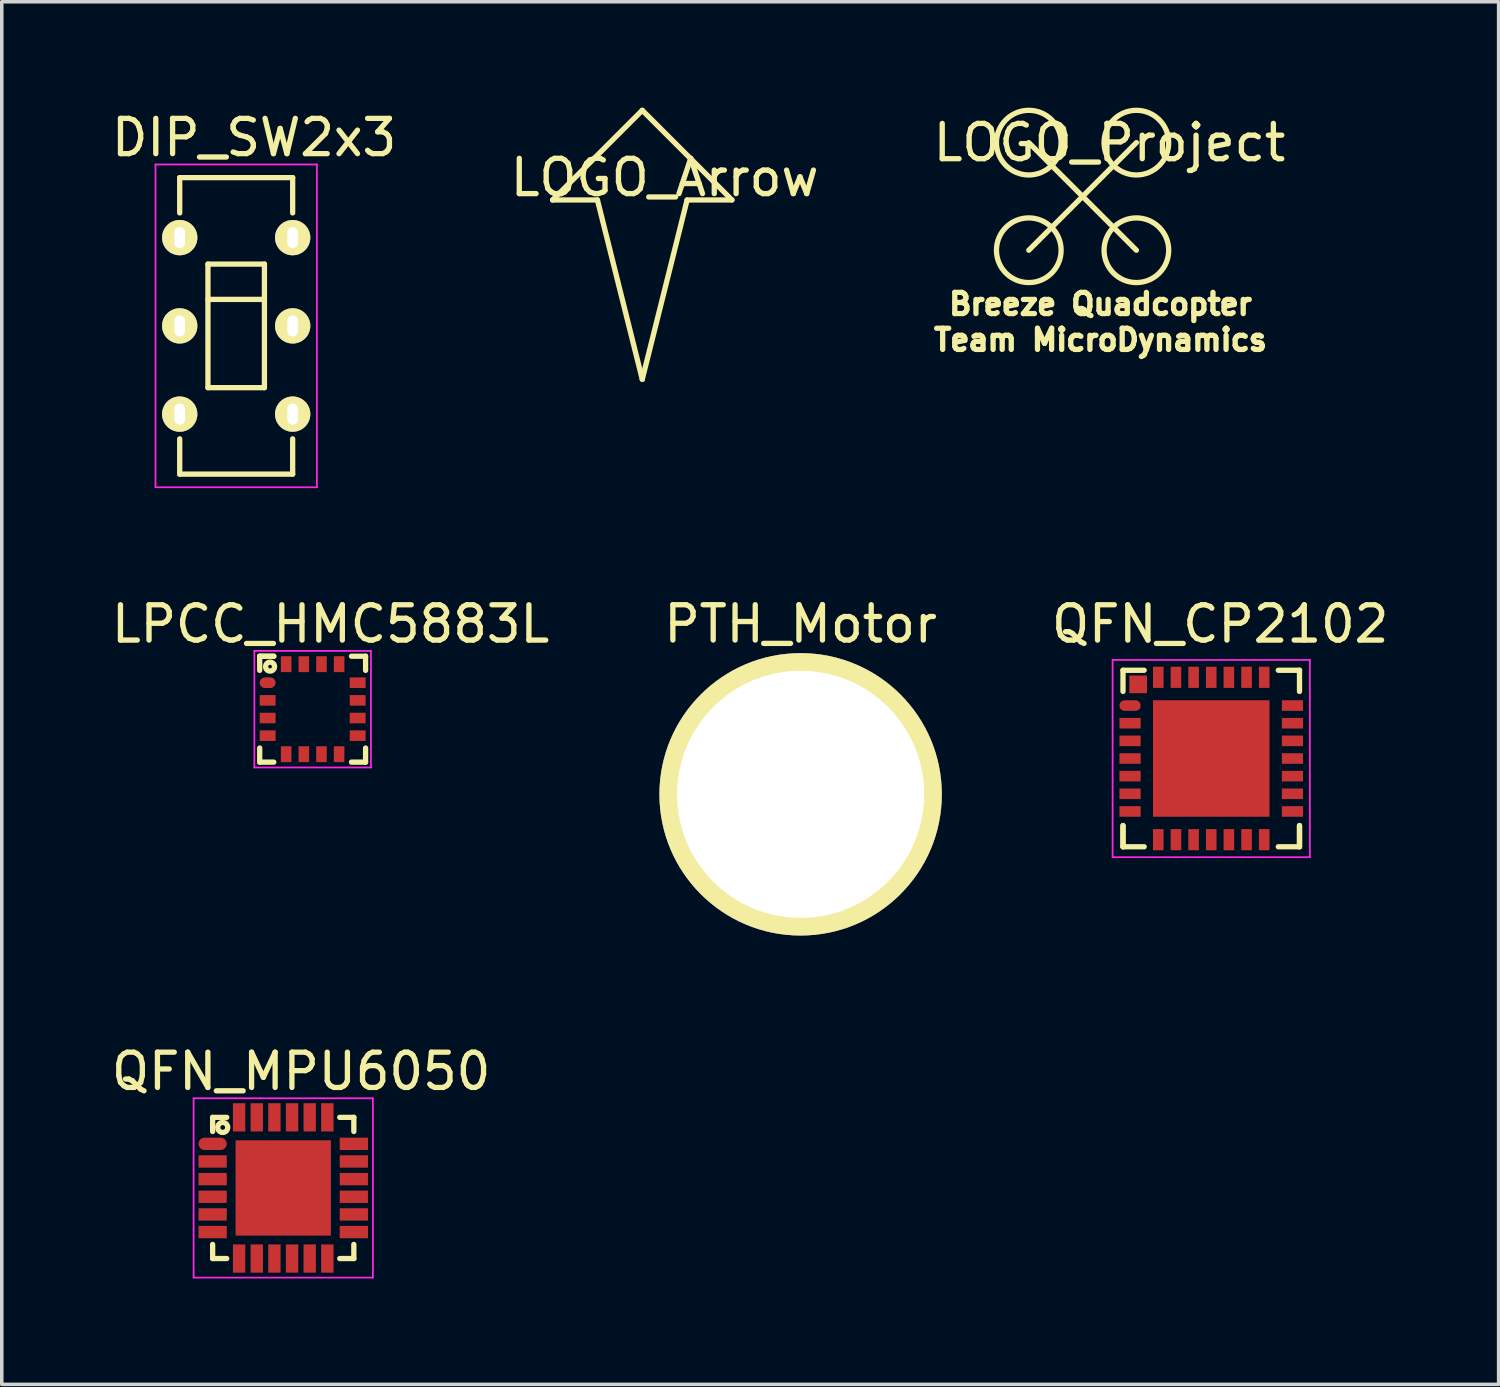
<source format=kicad_pcb>
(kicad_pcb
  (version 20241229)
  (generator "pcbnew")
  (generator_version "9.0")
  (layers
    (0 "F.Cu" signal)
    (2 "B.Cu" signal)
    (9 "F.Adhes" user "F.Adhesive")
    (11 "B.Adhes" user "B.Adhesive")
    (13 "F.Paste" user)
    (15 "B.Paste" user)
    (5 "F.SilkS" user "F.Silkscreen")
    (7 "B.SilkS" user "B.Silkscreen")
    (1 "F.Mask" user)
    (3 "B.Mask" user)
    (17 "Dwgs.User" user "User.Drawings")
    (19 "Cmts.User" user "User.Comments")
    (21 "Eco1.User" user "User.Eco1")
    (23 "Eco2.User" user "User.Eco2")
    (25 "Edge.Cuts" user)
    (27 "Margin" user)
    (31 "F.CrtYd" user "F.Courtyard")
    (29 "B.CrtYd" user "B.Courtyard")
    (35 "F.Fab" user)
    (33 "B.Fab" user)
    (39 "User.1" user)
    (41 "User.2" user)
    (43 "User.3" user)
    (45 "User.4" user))
  (footprint "DIP_SW2x3"
    (layer "F.Cu")
    (at 3.641 6.182)
    (property "Reference" "DIP_SW2x3" (at 0.508 -5.334 0) (layer "F.SilkS") (effects (font (size 1 1) (thickness 0.15))))
    (attr through_hole)
    (fp_line (start -1.6 -4.2) (end -1.6 -3.2) (stroke (width 0.15) (type solid)) (layer "F.SilkS"))
    (fp_line (start -1.6 -4.2) (end 1.6 -4.2) (stroke (width 0.15) (type solid)) (layer "F.SilkS"))
    (fp_line (start -1.6 4.2) (end -1.6 3.2) (stroke (width 0.15) (type solid)) (layer "F.SilkS"))
    (fp_line (start -1.6 4.2) (end 1.6 4.2) (stroke (width 0.15) (type solid)) (layer "F.SilkS"))
    (fp_line (start -0.8 -1.75) (end -0.8 1.75) (stroke (width 0.15) (type solid)) (layer "F.SilkS"))
    (fp_line (start -0.8 -0.75) (end 0.8 -0.75) (stroke (width 0.15) (type solid)) (layer "F.SilkS"))
    (fp_line (start -0.8 1.75) (end 0.8 1.75) (stroke (width 0.15) (type solid)) (layer "F.SilkS"))
    (fp_line (start 0.8 -1.75) (end -0.8 -1.75) (stroke (width 0.15) (type solid)) (layer "F.SilkS"))
    (fp_line (start 0.8 1.75) (end 0.8 -1.75) (stroke (width 0.15) (type solid)) (layer "F.SilkS"))
    (fp_line (start 1.6 -4.2) (end 1.6 -3.2) (stroke (width 0.15) (type solid)) (layer "F.SilkS"))
    (fp_line (start 1.6 4.2) (end 1.6 3.2) (stroke (width 0.15) (type solid)) (layer "F.SilkS"))
    (fp_line (start -2.286 -4.572) (end -2.286 4.572) (stroke (width 0.05) (type solid)) (layer "F.CrtYd"))
    (fp_line (start -2.286 4.572) (end 2.286 4.572) (stroke (width 0.05) (type solid)) (layer "F.CrtYd"))
    (fp_line (start 2.286 -4.572) (end -2.286 -4.572) (stroke (width 0.05) (type solid)) (layer "F.CrtYd"))
    (fp_line (start 2.286 4.572) (end 2.286 -4.572) (stroke (width 0.05) (type solid)) (layer "F.CrtYd"))
    (pad "1" thru_hole circle (at -1.6 -2.5) (size 1 1) (drill oval 0.3 0.6) (layers "*.Cu" "*.Mask" "F.SilkS"))
    (pad "2" thru_hole circle (at -1.6 0) (size 1 1) (drill oval 0.3 0.6) (layers "*.Cu" "*.Mask" "F.SilkS"))
    (pad "3" thru_hole circle (at -1.6 2.5) (size 1 1) (drill oval 0.3 0.6) (layers "*.Cu" "*.Mask" "F.SilkS"))
    (pad "4" thru_hole circle (at 1.6 2.5) (size 1 1) (drill oval 0.3 0.6) (layers "*.Cu" "*.Mask" "F.SilkS"))
    (pad "5" thru_hole circle (at 1.6 0) (size 1 1) (drill oval 0.3 0.6) (layers "*.Cu" "*.Mask" "F.SilkS"))
    (pad "6" thru_hole circle (at 1.6 -2.5) (size 1 1) (drill oval 0.3 0.6) (layers "*.Cu" "*.Mask" "F.SilkS")))
  (footprint "LPCC_HMC5883L"
    (layer "F.Cu")
    (at 5.807 17.041)
    (property "Reference" "LPCC_HMC5883L" (at 0.508 -2.413 0) (layer "F.SilkS") (effects (font (size 1 1) (thickness 0.15))))
    (attr through_hole)
    (fp_line (start -1.5 -1.5) (end -1.5 -1.1) (stroke (width 0.15) (type solid)) (layer "F.SilkS"))
    (fp_line (start -1.5 -1.5) (end -1.1 -1.5) (stroke (width 0.15) (type solid)) (layer "F.SilkS"))
    (fp_line (start -1.5 1.1) (end -1.5 1.5) (stroke (width 0.15) (type solid)) (layer "F.SilkS"))
    (fp_line (start -1.5 1.5) (end -1.1 1.5) (stroke (width 0.15) (type solid)) (layer "F.SilkS"))
    (fp_line (start -1.1 -1.5) (end -1.5 -1.5) (stroke (width 0.15) (type solid)) (layer "F.SilkS"))
    (fp_line (start 1.5 -1.5) (end 1.1 -1.5) (stroke (width 0.15) (type solid)) (layer "F.SilkS"))
    (fp_line (start 1.5 -1.1) (end 1.5 -1.5) (stroke (width 0.15) (type solid)) (layer "F.SilkS"))
    (fp_line (start 1.5 1.5) (end 1.1 1.5) (stroke (width 0.15) (type solid)) (layer "F.SilkS"))
    (fp_line (start 1.5 1.5) (end 1.5 1.1) (stroke (width 0.15) (type solid)) (layer "F.SilkS"))
    (fp_circle (center -1.206 -1.206) (end -1.206 -1.079) (stroke (width 0.15) (type solid)) (fill no) (layer "F.SilkS"))
    (fp_line (start -1.651 -1.651) (end -1.651 1.651) (stroke (width 0.05) (type solid)) (layer "F.CrtYd"))
    (fp_line (start -1.651 1.651) (end 1.651 1.651) (stroke (width 0.05) (type solid)) (layer "F.CrtYd"))
    (fp_line (start 1.651 -1.651) (end -1.651 -1.651) (stroke (width 0.05) (type solid)) (layer "F.CrtYd"))
    (fp_line (start 1.651 1.651) (end 1.651 -1.651) (stroke (width 0.05) (type solid)) (layer "F.CrtYd"))
    (pad "1" smd oval (at -1.275 -0.75) (size 0.45 0.3) (layers "F.Cu" "F.Mask" "F.Paste"))
    (pad "2" smd rect (at -1.275 -0.25) (size 0.45 0.3) (layers "F.Cu" "F.Mask" "F.Paste"))
    (pad "3" smd rect (at -1.275 0.25) (size 0.45 0.3) (layers "F.Cu" "F.Mask" "F.Paste"))
    (pad "4" smd rect (at -1.275 0.75) (size 0.45 0.3) (layers "F.Cu" "F.Mask" "F.Paste"))
    (pad "5" smd rect (at -0.75 1.275) (size 0.3 0.45) (layers "F.Cu" "F.Mask" "F.Paste"))
    (pad "6" smd rect (at -0.25 1.275) (size 0.3 0.45) (layers "F.Cu" "F.Mask" "F.Paste"))
    (pad "7" smd rect (at 0.25 1.275) (size 0.3 0.45) (layers "F.Cu" "F.Mask" "F.Paste"))
    (pad "8" smd rect (at 0.75 1.275) (size 0.3 0.45) (layers "F.Cu" "F.Mask" "F.Paste"))
    (pad "9" smd rect (at 1.275 0.75) (size 0.45 0.3) (layers "F.Cu" "F.Mask" "F.Paste"))
    (pad "10" smd rect (at 1.275 0.25) (size 0.45 0.3) (layers "F.Cu" "F.Mask" "F.Paste"))
    (pad "11" smd rect (at 1.275 -0.25) (size 0.45 0.3) (layers "F.Cu" "F.Mask" "F.Paste"))
    (pad "12" smd rect (at 1.275 -0.75) (size 0.45 0.3) (layers "F.Cu" "F.Mask" "F.Paste"))
    (pad "13" smd rect (at 0.75 -1.275) (size 0.3 0.45) (layers "F.Cu" "F.Mask" "F.Paste"))
    (pad "14" smd rect (at 0.25 -1.275) (size 0.3 0.45) (layers "F.Cu" "F.Mask" "F.Paste"))
    (pad "15" smd rect (at -0.25 -1.275) (size 0.3 0.45) (layers "F.Cu" "F.Mask" "F.Paste"))
    (pad "16" smd rect (at -0.75 -1.275) (size 0.3 0.45) (layers "F.Cu" "F.Mask" "F.Paste")))
  (footprint "QFN_CP2102"
    (layer "F.Cu")
    (at 31.264 18.438)
    (property "Reference" "QFN_CP2102" (at 0.254 -3.81 0) (layer "F.SilkS") (effects (font (size 1 1) (thickness 0.15))))
    (attr through_hole)
    (fp_line (start -2.5 -2.5) (end -1.9 -2.5) (stroke (width 0.15) (type solid)) (layer "F.SilkS"))
    (fp_line (start -2.5 -1.9) (end -2.5 -2.5) (stroke (width 0.15) (type solid)) (layer "F.SilkS"))
    (fp_line (start -2.5 1.9) (end -2.5 2.5) (stroke (width 0.15) (type solid)) (layer "F.SilkS"))
    (fp_line (start -2.5 2.5) (end -2.5 1.9) (stroke (width 0.15) (type solid)) (layer "F.SilkS"))
    (fp_line (start -2.5 2.5) (end -1.9 2.5) (stroke (width 0.15) (type solid)) (layer "F.SilkS"))
    (fp_line (start 2.5 -2.5) (end 1.9 -2.5) (stroke (width 0.15) (type solid)) (layer "F.SilkS"))
    (fp_line (start 2.5 -1.9) (end 2.5 -2.5) (stroke (width 0.15) (type solid)) (layer "F.SilkS"))
    (fp_line (start 2.5 1.9) (end 2.5 2.5) (stroke (width 0.15) (type solid)) (layer "F.SilkS"))
    (fp_line (start 2.5 2.5) (end 1.9 2.5) (stroke (width 0.15) (type solid)) (layer "F.SilkS"))
    (fp_line (start 2.5 2.5) (end 2.5 1.9) (stroke (width 0.15) (type solid)) (layer "F.SilkS"))
    (fp_line (start -2.795 2.796) (end 2.793 2.796) (stroke (width 0.05) (type solid)) (layer "F.CrtYd"))
    (fp_line (start -2.794 -2.794) (end -2.794 2.794) (stroke (width 0.05) (type solid)) (layer "F.CrtYd"))
    (fp_line (start 2.793 -2.792) (end -2.795 -2.792) (stroke (width 0.05) (type solid)) (layer "F.CrtYd"))
    (fp_line (start 2.793 2.796) (end 2.793 -2.792) (stroke (width 0.05) (type solid)) (layer "F.CrtYd"))
    (pad "" smd rect (at 0 0) (size 3.3 3.3) (layers "F.Cu" "F.Mask" "F.Paste"))
    (pad "1" smd oval (at -2.3 -1.5) (size 0.6 0.3) (layers "F.Cu" "F.Mask" "F.Paste"))
    (pad "2" smd rect (at -2.3 -1) (size 0.6 0.3) (layers "F.Cu" "F.Mask" "F.Paste"))
    (pad "3" smd rect (at -2.3 -0.5) (size 0.6 0.3) (layers "F.Cu" "F.Mask" "F.Paste"))
    (pad "4" smd rect (at -2.3 0) (size 0.6 0.3) (layers "F.Cu" "F.Mask" "F.Paste"))
    (pad "5" smd rect (at -2.3 0.5) (size 0.6 0.3) (layers "F.Cu" "F.Mask" "F.Paste"))
    (pad "6" smd rect (at -2.3 1) (size 0.6 0.3) (layers "F.Cu" "F.Mask" "F.Paste"))
    (pad "7" smd rect (at -2.3 1.5) (size 0.6 0.3) (layers "F.Cu" "F.Mask" "F.Paste"))
    (pad "8" smd rect (at -1.5 2.3) (size 0.3 0.6) (layers "F.Cu" "F.Mask" "F.Paste"))
    (pad "9" smd rect (at -1 2.3) (size 0.3 0.6) (layers "F.Cu" "F.Mask" "F.Paste"))
    (pad "10" smd rect (at -0.5 2.3) (size 0.3 0.6) (layers "F.Cu" "F.Mask" "F.Paste"))
    (pad "11" smd rect (at 0 2.3) (size 0.3 0.6) (layers "F.Cu" "F.Mask" "F.Paste"))
    (pad "12" smd rect (at 0.5 2.3) (size 0.3 0.6) (layers "F.Cu" "F.Mask" "F.Paste"))
    (pad "13" smd rect (at 1 2.3) (size 0.3 0.6) (layers "F.Cu" "F.Mask" "F.Paste"))
    (pad "14" smd rect (at 1.5 2.3) (size 0.3 0.6) (layers "F.Cu" "F.Mask" "F.Paste"))
    (pad "15" smd rect (at 2.3 1.5) (size 0.6 0.3) (layers "F.Cu" "F.Mask" "F.Paste"))
    (pad "16" smd rect (at 2.3 1) (size 0.6 0.3) (layers "F.Cu" "F.Mask" "F.Paste"))
    (pad "17" smd rect (at 2.3 0.5) (size 0.6 0.3) (layers "F.Cu" "F.Mask" "F.Paste"))
    (pad "18" smd rect (at 2.3 0) (size 0.6 0.3) (layers "F.Cu" "F.Mask" "F.Paste"))
    (pad "19" smd rect (at 2.3 -0.5) (size 0.6 0.3) (layers "F.Cu" "F.Mask" "F.Paste"))
    (pad "20" smd rect (at 2.3 -1) (size 0.6 0.3) (layers "F.Cu" "F.Mask" "F.Paste"))
    (pad "21" smd rect (at 2.3 -1.5) (size 0.6 0.3) (layers "F.Cu" "F.Mask" "F.Paste"))
    (pad "22" smd rect (at 1.5 -2.3) (size 0.3 0.6) (layers "F.Cu" "F.Mask" "F.Paste"))
    (pad "23" smd rect (at 1 -2.3) (size 0.3 0.6) (layers "F.Cu" "F.Mask" "F.Paste"))
    (pad "24" smd rect (at 0.5 -2.3) (size 0.3 0.6) (layers "F.Cu" "F.Mask" "F.Paste"))
    (pad "25" smd rect (at 0 -2.3) (size 0.3 0.6) (layers "F.Cu" "F.Mask" "F.Paste"))
    (pad "26" smd rect (at -0.5 -2.3) (size 0.3 0.6) (layers "F.Cu" "F.Mask" "F.Paste"))
    (pad "27" smd rect (at -1 -2.3) (size 0.3 0.6) (layers "F.Cu" "F.Mask" "F.Paste"))
    (pad "28" smd rect (at -1.5 -2.3) (size 0.3 0.6) (layers "F.Cu" "F.Mask" "F.Paste"))
    (pad "GND" smd rect (at -2.07 -2.1) (size 0.5 0.5) (layers "F.Cu" "F.Mask" "F.Paste")))
  (footprint "QFN_MPU6050"
    (layer "F.Cu")
    (at 4.974 30.604)
    (property "Reference" "QFN_MPU6050" (at 0.508 -3.302 0) (layer "F.SilkS") (effects (font (size 1 1) (thickness 0.15))))
    (attr through_hole)
    (fp_line (start -2 -2) (end -1.6 -2) (stroke (width 0.15) (type solid)) (layer "F.SilkS"))
    (fp_line (start -2 -1.6) (end -2 -2) (stroke (width 0.15) (type solid)) (layer "F.SilkS"))
    (fp_line (start -2 2) (end -2 1.6) (stroke (width 0.15) (type solid)) (layer "F.SilkS"))
    (fp_line (start -1.6 2) (end -2 2) (stroke (width 0.15) (type solid)) (layer "F.SilkS"))
    (fp_line (start 1.6 -2) (end 2 -2) (stroke (width 0.15) (type solid)) (layer "F.SilkS"))
    (fp_line (start 1.6 2) (end 2 2) (stroke (width 0.15) (type solid)) (layer "F.SilkS"))
    (fp_line (start 2 -2) (end 2 -1.6) (stroke (width 0.15) (type solid)) (layer "F.SilkS"))
    (fp_line (start 2 2) (end 2 1.6) (stroke (width 0.15) (type solid)) (layer "F.SilkS"))
    (fp_circle (center -1.714 -1.714) (end -1.651 -1.587) (stroke (width 0.15) (type solid)) (fill no) (layer "F.SilkS"))
    (fp_line (start -2.54 -2.54) (end -2.54 2.54) (stroke (width 0.05) (type solid)) (layer "F.CrtYd"))
    (fp_line (start -2.54 2.54) (end 2.54 2.54) (stroke (width 0.05) (type solid)) (layer "F.CrtYd"))
    (fp_line (start 2.54 -2.54) (end -2.54 -2.54) (stroke (width 0.05) (type solid)) (layer "F.CrtYd"))
    (fp_line (start 2.54 2.54) (end 2.54 -2.54) (stroke (width 0.05) (type solid)) (layer "F.CrtYd"))
    (pad "" smd rect (at 0 0) (size 2.7 2.7) (layers "F.Cu" "F.Mask" "F.Paste"))
    (pad "1" smd oval (at -2 -1.25) (size 0.8 0.35) (layers "F.Cu" "F.Mask" "F.Paste"))
    (pad "2" smd rect (at -2 -0.75) (size 0.8 0.35) (layers "F.Cu" "F.Mask" "F.Paste"))
    (pad "3" smd rect (at -2 -0.25) (size 0.8 0.35) (layers "F.Cu" "F.Mask" "F.Paste"))
    (pad "4" smd rect (at -2 0.25) (size 0.8 0.35) (layers "F.Cu" "F.Mask" "F.Paste"))
    (pad "5" smd rect (at -2 0.75) (size 0.8 0.35) (layers "F.Cu" "F.Mask" "F.Paste"))
    (pad "6" smd rect (at -2 1.25) (size 0.8 0.35) (layers "F.Cu" "F.Mask" "F.Paste"))
    (pad "7" smd rect (at -1.25 2) (size 0.35 0.8) (layers "F.Cu" "F.Mask" "F.Paste"))
    (pad "8" smd rect (at -0.75 2) (size 0.35 0.8) (layers "F.Cu" "F.Mask" "F.Paste"))
    (pad "9" smd rect (at -0.25 2) (size 0.35 0.8) (layers "F.Cu" "F.Mask" "F.Paste"))
    (pad "10" smd rect (at 0.25 2) (size 0.35 0.8) (layers "F.Cu" "F.Mask" "F.Paste"))
    (pad "11" smd rect (at 0.75 2) (size 0.35 0.8) (layers "F.Cu" "F.Mask" "F.Paste"))
    (pad "12" smd rect (at 1.25 2) (size 0.35 0.8) (layers "F.Cu" "F.Mask" "F.Paste"))
    (pad "13" smd rect (at 2 1.25) (size 0.8 0.35) (layers "F.Cu" "F.Mask" "F.Paste"))
    (pad "14" smd rect (at 2 0.75) (size 0.8 0.35) (layers "F.Cu" "F.Mask" "F.Paste"))
    (pad "15" smd rect (at 2 0.25) (size 0.8 0.35) (layers "F.Cu" "F.Mask" "F.Paste"))
    (pad "16" smd rect (at 2 -0.25) (size 0.8 0.35) (layers "F.Cu" "F.Mask" "F.Paste"))
    (pad "17" smd rect (at 2 -0.75) (size 0.8 0.35) (layers "F.Cu" "F.Mask" "F.Paste"))
    (pad "18" smd rect (at 2 -1.25) (size 0.8 0.35) (layers "F.Cu" "F.Mask" "F.Paste"))
    (pad "19" smd rect (at 1.25 -2) (size 0.35 0.8) (layers "F.Cu" "F.Mask" "F.Paste"))
    (pad "20" smd rect (at 0.75 -2) (size 0.35 0.8) (layers "F.Cu" "F.Mask" "F.Paste"))
    (pad "21" smd rect (at 0.25 -2) (size 0.35 0.8) (layers "F.Cu" "F.Mask" "F.Paste"))
    (pad "22" smd rect (at -0.25 -2) (size 0.35 0.8) (layers "F.Cu" "F.Mask" "F.Paste"))
    (pad "23" smd rect (at -0.75 -2) (size 0.35 0.8) (layers "F.Cu" "F.Mask" "F.Paste"))
    (pad "24" smd rect (at -1.25 -2) (size 0.35 0.8) (layers "F.Cu" "F.Mask" "F.Paste")))
  (footprint "LOGO_Project"
    (layer "F.Cu")
    (at 27.619 2.515)
    (property "Reference" "LOGO_Project" (at 0.762 -1.524 0) (layer "F.SilkS") (effects (font (size 1 1) (thickness 0.15))))
    (attr through_hole)
    (fp_line (start -1.524 -1.524) (end 1.524 1.524) (stroke (width 0.15) (type solid)) (layer "F.SilkS"))
    (fp_line (start 1.524 -1.524) (end -1.524 1.524) (stroke (width 0.15) (type solid)) (layer "F.SilkS"))
    (fp_circle (center -1.524 -1.524) (end -1.016 -0.762) (stroke (width 0.15) (type solid)) (fill no) (layer "F.SilkS"))
    (fp_circle (center -1.524 1.524) (end -0.762 1.016) (stroke (width 0.15) (type solid)) (fill no) (layer "F.SilkS"))
    (fp_circle (center 1.524 -1.524) (end 1.016 -0.762) (stroke (width 0.15) (type solid)) (fill no) (layer "F.SilkS"))
    (fp_circle (center 1.524 1.524) (end 1.016 0.762) (stroke (width 0.15) (type solid)) (fill no) (layer "F.SilkS"))
    (fp_text user "Breeze Quadcopter" (at 0.508 3.048 0) (layer "F.SilkS") (effects (font (size 0.6 0.6) (thickness 0.15))))
    (fp_text user "Team MicroDynamics" (at 0.508 4.064 0) (layer "F.SilkS") (effects (font (size 0.6 0.6) (thickness 0.15)))))
  (footprint "LOGO_Arrow"
    (layer "F.Cu")
    (at 15.145 2.615)
    (property "Reference" "LOGO_Arrow" (at 0.635 -0.635 0) (layer "F.SilkS") (effects (font (size 1 1) (thickness 0.15))))
    (attr through_hole)
    (fp_line (start -2.54 0) (end -1.27 0) (stroke (width 0.15) (type solid)) (layer "F.SilkS"))
    (fp_line (start -1.27 0) (end 0 5.08) (stroke (width 0.15) (type solid)) (layer "F.SilkS"))
    (fp_line (start 0 -2.54) (end -2.54 0) (stroke (width 0.15) (type solid)) (layer "F.SilkS"))
    (fp_line (start 0 -2.54) (end 2.54 0) (stroke (width 0.15) (type solid)) (layer "F.SilkS"))
    (fp_line (start 0 5.08) (end 1.27 0) (stroke (width 0.15) (type solid)) (layer "F.SilkS"))
    (fp_line (start 2.54 0) (end 1.27 0) (stroke (width 0.15) (type solid)) (layer "F.SilkS")))
  (footprint "PTH_Motor"
    (layer "F.Cu")
    (at 19.631 19.453)
    (property "Reference" "PTH_Motor" (at 0 -4.826 0) (layer "F.SilkS") (effects (font (size 1 1) (thickness 0.15))))
    (attr through_hole)
    (pad "1" thru_hole circle (at 0 0) (size 8 8) (drill 7) (layers "*.Cu" "*.Mask" "F.SilkS")))
  (gr_rect
    (start -3 -3)
    (end 39.405 36.169)
    (stroke (width 0.1) (type default))
    (fill no)
    (layer "Edge.Cuts")))
</source>
